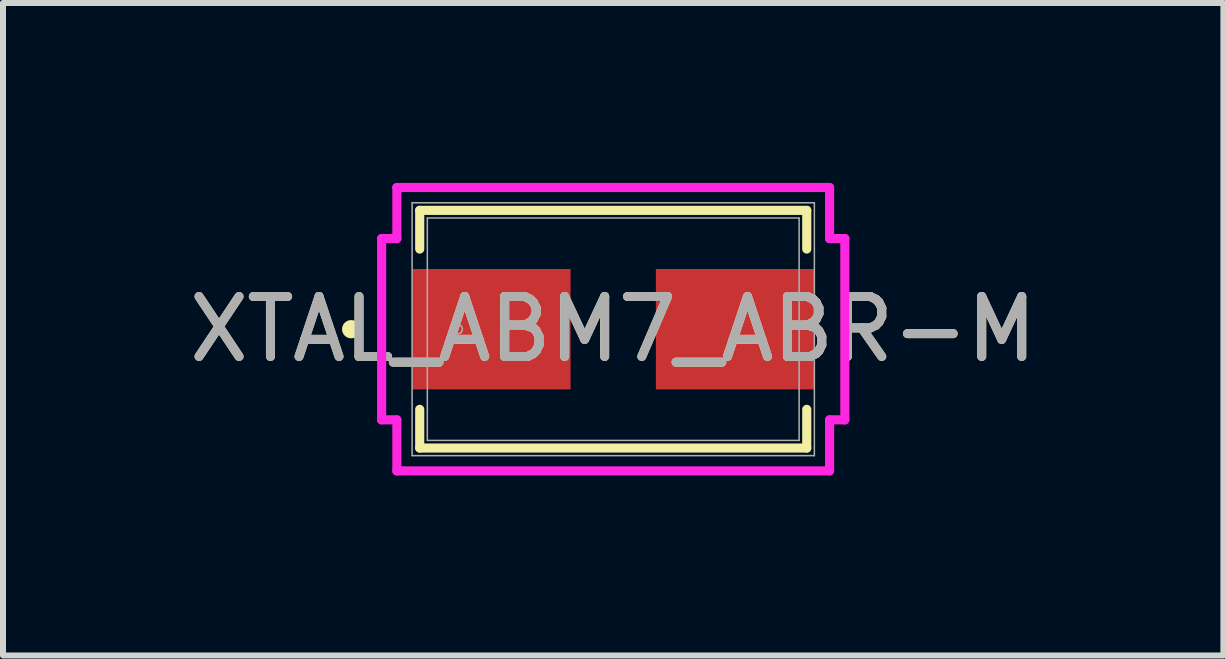
<source format=kicad_pcb>
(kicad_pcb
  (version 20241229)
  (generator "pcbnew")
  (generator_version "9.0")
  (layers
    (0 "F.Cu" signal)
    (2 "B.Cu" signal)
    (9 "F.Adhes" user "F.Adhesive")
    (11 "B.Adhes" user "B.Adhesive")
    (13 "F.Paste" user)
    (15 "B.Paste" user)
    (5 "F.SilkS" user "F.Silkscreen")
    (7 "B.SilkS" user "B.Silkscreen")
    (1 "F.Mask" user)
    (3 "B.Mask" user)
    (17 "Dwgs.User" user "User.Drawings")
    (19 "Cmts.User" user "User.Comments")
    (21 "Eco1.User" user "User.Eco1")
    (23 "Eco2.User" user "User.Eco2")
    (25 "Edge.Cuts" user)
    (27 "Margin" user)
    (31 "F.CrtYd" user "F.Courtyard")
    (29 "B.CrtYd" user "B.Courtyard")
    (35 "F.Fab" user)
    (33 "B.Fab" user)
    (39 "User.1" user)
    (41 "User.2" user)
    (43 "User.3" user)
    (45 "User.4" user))
  (footprint "XTAL_ABM7_ABR-M"
    (layer "F.Cu")
    (at 7.173 2.438)
    (property "Reference" "XTAL_ABM7_ABR-M" (at 0 0 0) (unlocked yes) (layer "F.SilkS") (effects (font (size 1 1) (thickness 0.15))))
    (attr smd)
    (fp_line (start -3.226 -1.981) (end -3.226 -1.336) (stroke (width 0.152) (type solid)) (layer "F.SilkS"))
    (fp_line (start -3.226 1.336) (end -3.226 1.981) (stroke (width 0.152) (type solid)) (layer "F.SilkS"))
    (fp_line (start -3.226 1.981) (end 3.226 1.981) (stroke (width 0.152) (type solid)) (layer "F.SilkS"))
    (fp_line (start 3.226 -1.981) (end -3.226 -1.981) (stroke (width 0.152) (type solid)) (layer "F.SilkS"))
    (fp_line (start 3.226 -1.336) (end 3.226 -1.981) (stroke (width 0.152) (type solid)) (layer "F.SilkS"))
    (fp_line (start 3.226 1.981) (end 3.226 1.336) (stroke (width 0.152) (type solid)) (layer "F.SilkS"))
    (fp_circle (center -4.369 0) (end -4.293 0) (stroke (width 0.152) (type solid)) (fill no) (layer "F.SilkS"))
    (fp_line (start -3.861 -1.511) (end -3.607 -1.511) (stroke (width 0.152) (type solid)) (layer "F.CrtYd"))
    (fp_line (start -3.861 1.511) (end -3.861 -1.511) (stroke (width 0.152) (type solid)) (layer "F.CrtYd"))
    (fp_line (start -3.607 -2.362) (end 3.607 -2.362) (stroke (width 0.152) (type solid)) (layer "F.CrtYd"))
    (fp_line (start -3.607 -1.511) (end -3.607 -2.362) (stroke (width 0.152) (type solid)) (layer "F.CrtYd"))
    (fp_line (start -3.607 1.511) (end -3.861 1.511) (stroke (width 0.152) (type solid)) (layer "F.CrtYd"))
    (fp_line (start -3.607 2.362) (end -3.607 1.511) (stroke (width 0.152) (type solid)) (layer "F.CrtYd"))
    (fp_line (start 3.607 -2.362) (end 3.607 -1.511) (stroke (width 0.152) (type solid)) (layer "F.CrtYd"))
    (fp_line (start 3.607 -1.511) (end 3.861 -1.511) (stroke (width 0.152) (type solid)) (layer "F.CrtYd"))
    (fp_line (start 3.607 1.511) (end 3.607 2.362) (stroke (width 0.152) (type solid)) (layer "F.CrtYd"))
    (fp_line (start 3.607 2.362) (end -3.607 2.362) (stroke (width 0.152) (type solid)) (layer "F.CrtYd"))
    (fp_line (start 3.861 -1.511) (end 3.861 1.511) (stroke (width 0.152) (type solid)) (layer "F.CrtYd"))
    (fp_line (start 3.861 1.511) (end 3.607 1.511) (stroke (width 0.152) (type solid)) (layer "F.CrtYd"))
    (fp_line (start -3.353 -2.108) (end 3.353 -2.108) (stroke (width 0.025) (type solid)) (layer "F.Fab"))
    (fp_line (start -3.353 2.108) (end -3.353 -2.108) (stroke (width 0.025) (type solid)) (layer "F.Fab"))
    (fp_line (start -3.099 -1.854) (end -3.099 1.854) (stroke (width 0.025) (type solid)) (layer "F.Fab"))
    (fp_line (start -3.099 1.854) (end 3.099 1.854) (stroke (width 0.025) (type solid)) (layer "F.Fab"))
    (fp_line (start 3.099 -1.854) (end -3.099 -1.854) (stroke (width 0.025) (type solid)) (layer "F.Fab"))
    (fp_line (start 3.099 1.854) (end 3.099 -1.854) (stroke (width 0.025) (type solid)) (layer "F.Fab"))
    (fp_line (start 3.353 -2.108) (end 3.353 2.108) (stroke (width 0.025) (type solid)) (layer "F.Fab"))
    (fp_line (start 3.353 2.108) (end -3.353 2.108) (stroke (width 0.025) (type solid)) (layer "F.Fab"))
    (fp_circle (center -2.591 0) (end -2.515 0) (stroke (width 0.025) (type solid)) (fill no) (layer "F.Fab"))
    (fp_text user "${REFERENCE}" (at 0 0 0) (unlocked yes) (layer "F.Fab") (effects (font (size 1 1) (thickness 0.15))))
    (pad "1" smd rect (at -2.032 0 90) (size 2.007 2.642) (layers "F.Cu" "F.Mask" "F.Paste"))
    (pad "2" smd rect (at 2.032 0 90) (size 2.007 2.642) (layers "F.Cu" "F.Mask" "F.Paste"))
    (zone (net_name "") (layer "F.Cu") (hatch full 0.508) (connect_pads) (min_thickness 0.254) (filled_areas_thickness no) (keepout (tracks not_allowed) (vias not_allowed) (pads allowed) (copperpour not_allowed) (footprints allowed)) (placement (enabled no)) (fill) (polygon (pts (xy 4.125 0.635) (xy 10.221 0.635) (xy 10.221 1.384) (xy 4.125 1.384))))
    (zone (net_name "") (layer "F.Cu") (hatch full 0.508) (connect_pads) (min_thickness 0.254) (filled_areas_thickness no) (keepout (tracks not_allowed) (vias not_allowed) (pads allowed) (copperpour not_allowed) (footprints allowed)) (placement (enabled no)) (fill) (polygon (pts (xy 4.125 3.493) (xy 10.221 3.493) (xy 10.221 4.242) (xy 4.125 4.242))))
    (zone (net_name "") (layer "F.Cu") (hatch full 0.508) (connect_pads) (min_thickness 0.254) (filled_areas_thickness no) (keepout (tracks not_allowed) (vias not_allowed) (pads allowed) (copperpour not_allowed) (footprints allowed)) (placement (enabled no)) (fill) (polygon (pts (xy 6.512 1.384) (xy 7.833 1.384) (xy 7.833 3.493) (xy 6.512 3.493)))))
  (gr_rect
    (start -3 -3)
    (end 17.345 7.877)
    (stroke (width 0.1) (type default))
    (fill no)
    (layer "Edge.Cuts")))
</source>
